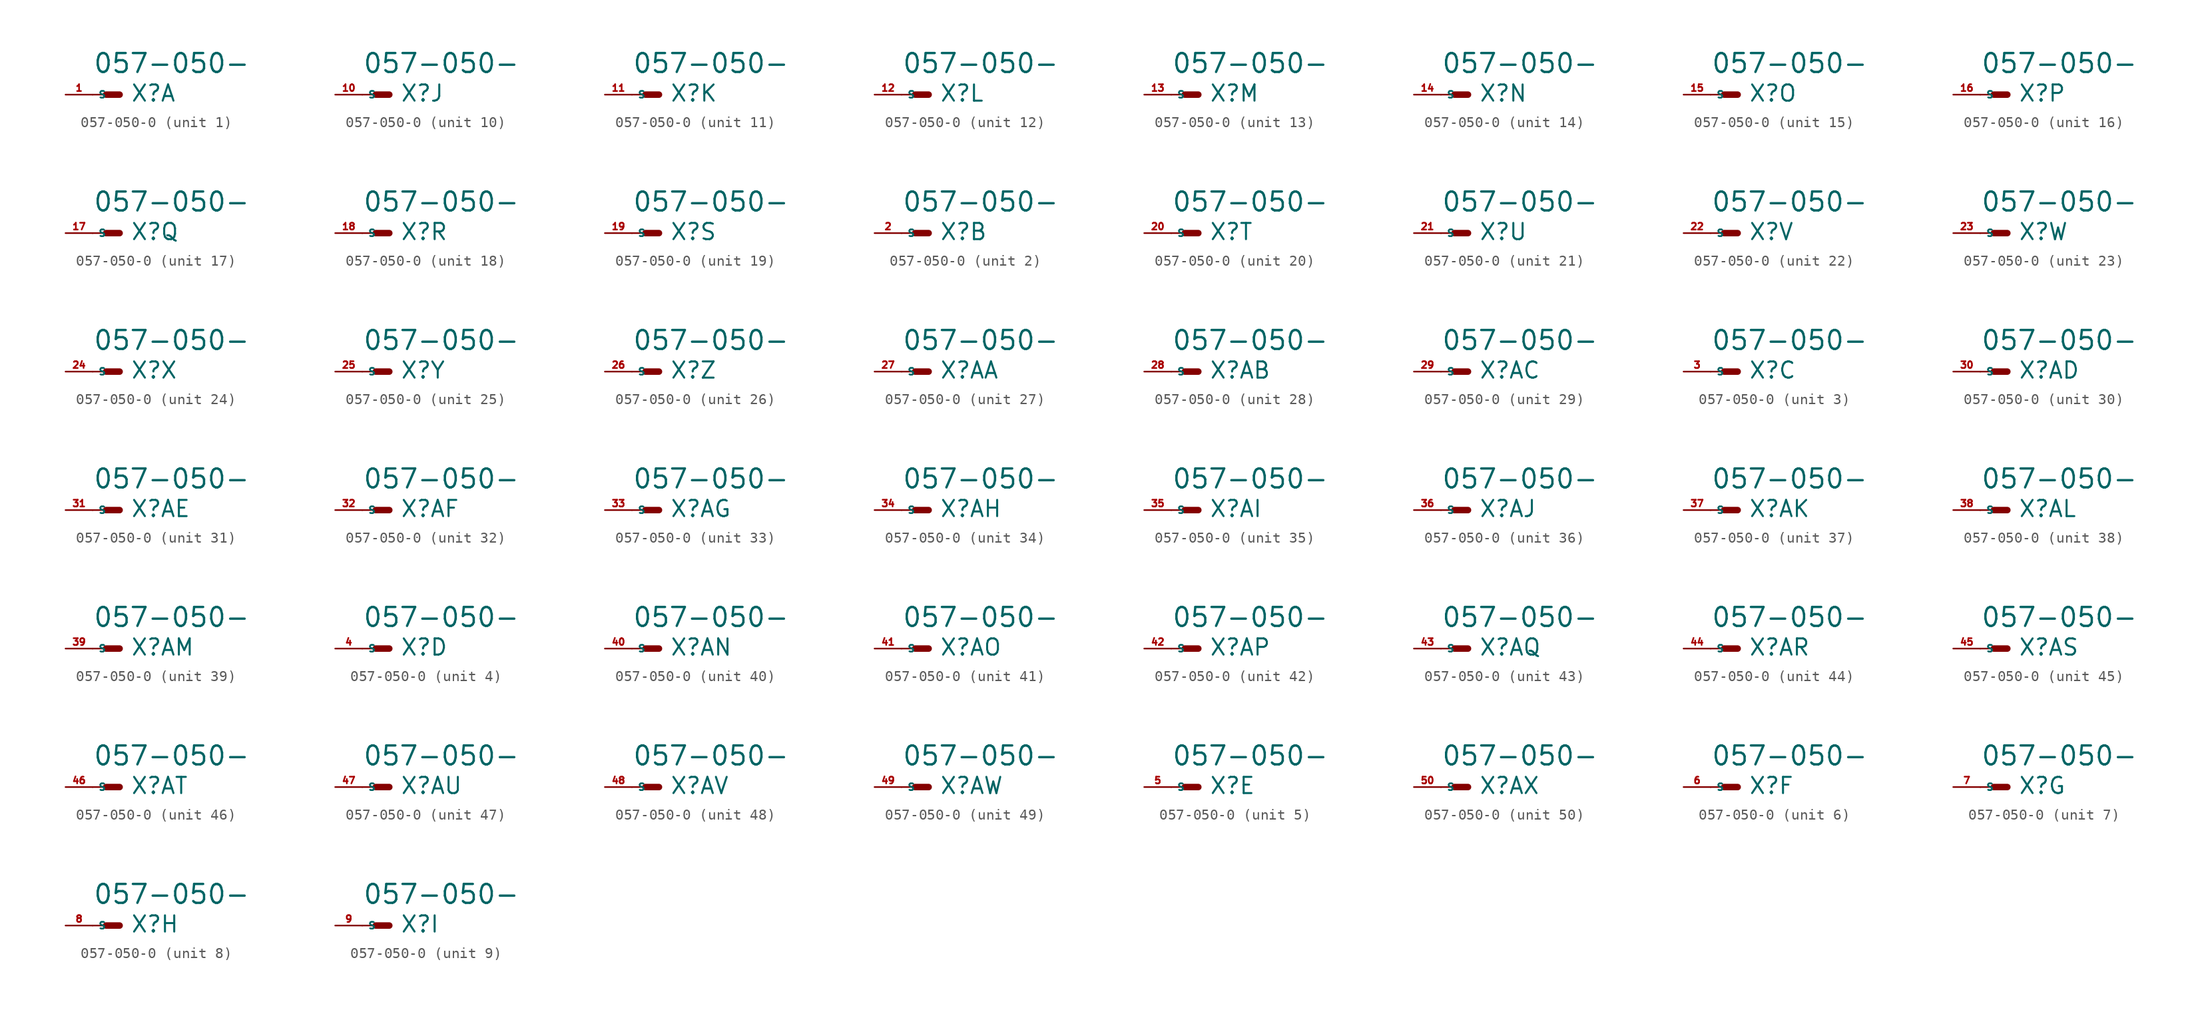
<source format=kicad_sym>
(kicad_symbol_lib
  (version 20220914)
  (generator Eagle2Kicad)
  (symbol "057-050-0"
    (property "Reference" "X"
      (at 1.016 -0.762 0)
      (effects (font (size 1.524 1.524) (thickness 0.19)) (justify left bottom)))
    (property "Value" "057-050-"
      (at -2.54 1.905 0)
      (effects (font (size 1.778 1.778) (thickness 0.22)) (justify left bottom)))
    (symbol "057-050-0_1_0"
      (polyline (pts (xy 0 0) (xy -1.27 0)) (stroke (width 0.61) (type default)) (fill (type none)))
      (polyline (pts (xy -2.54 0) (xy -1.27 0)) (stroke (width 0.152) (type default)) (fill (type none)))
      (pin passive line (at -5.08 0 0) (length 2.54) (name "S" (effects (font (size 0.635 0.635) (thickness 0.08)) (justify left bottom))) (number "1" (effects (font (size 0.635 0.635) (thickness 0.08)) (justify left bottom)))))
    (symbol "057-050-0_2_0"
      (polyline (pts (xy 0 0) (xy -1.27 0)) (stroke (width 0.61) (type default)) (fill (type none)))
      (polyline (pts (xy -2.54 0) (xy -1.27 0)) (stroke (width 0.152) (type default)) (fill (type none)))
      (pin passive line (at -5.08 0 0) (length 2.54) (name "S" (effects (font (size 0.635 0.635) (thickness 0.08)) (justify left bottom))) (number "2" (effects (font (size 0.635 0.635) (thickness 0.08)) (justify left bottom)))))
    (symbol "057-050-0_3_0"
      (polyline (pts (xy 0 0) (xy -1.27 0)) (stroke (width 0.61) (type default)) (fill (type none)))
      (polyline (pts (xy -2.54 0) (xy -1.27 0)) (stroke (width 0.152) (type default)) (fill (type none)))
      (pin passive line (at -5.08 0 0) (length 2.54) (name "S" (effects (font (size 0.635 0.635) (thickness 0.08)) (justify left bottom))) (number "3" (effects (font (size 0.635 0.635) (thickness 0.08)) (justify left bottom)))))
    (symbol "057-050-0_4_0"
      (polyline (pts (xy 0 0) (xy -1.27 0)) (stroke (width 0.61) (type default)) (fill (type none)))
      (polyline (pts (xy -2.54 0) (xy -1.27 0)) (stroke (width 0.152) (type default)) (fill (type none)))
      (pin passive line (at -5.08 0 0) (length 2.54) (name "S" (effects (font (size 0.635 0.635) (thickness 0.08)) (justify left bottom))) (number "4" (effects (font (size 0.635 0.635) (thickness 0.08)) (justify left bottom)))))
    (symbol "057-050-0_5_0"
      (polyline (pts (xy 0 0) (xy -1.27 0)) (stroke (width 0.61) (type default)) (fill (type none)))
      (polyline (pts (xy -2.54 0) (xy -1.27 0)) (stroke (width 0.152) (type default)) (fill (type none)))
      (pin passive line (at -5.08 0 0) (length 2.54) (name "S" (effects (font (size 0.635 0.635) (thickness 0.08)) (justify left bottom))) (number "5" (effects (font (size 0.635 0.635) (thickness 0.08)) (justify left bottom)))))
    (symbol "057-050-0_6_0"
      (polyline (pts (xy 0 0) (xy -1.27 0)) (stroke (width 0.61) (type default)) (fill (type none)))
      (polyline (pts (xy -2.54 0) (xy -1.27 0)) (stroke (width 0.152) (type default)) (fill (type none)))
      (pin passive line (at -5.08 0 0) (length 2.54) (name "S" (effects (font (size 0.635 0.635) (thickness 0.08)) (justify left bottom))) (number "6" (effects (font (size 0.635 0.635) (thickness 0.08)) (justify left bottom)))))
    (symbol "057-050-0_7_0"
      (polyline (pts (xy 0 0) (xy -1.27 0)) (stroke (width 0.61) (type default)) (fill (type none)))
      (polyline (pts (xy -2.54 0) (xy -1.27 0)) (stroke (width 0.152) (type default)) (fill (type none)))
      (pin passive line (at -5.08 0 0) (length 2.54) (name "S" (effects (font (size 0.635 0.635) (thickness 0.08)) (justify left bottom))) (number "7" (effects (font (size 0.635 0.635) (thickness 0.08)) (justify left bottom)))))
    (symbol "057-050-0_8_0"
      (polyline (pts (xy 0 0) (xy -1.27 0)) (stroke (width 0.61) (type default)) (fill (type none)))
      (polyline (pts (xy -2.54 0) (xy -1.27 0)) (stroke (width 0.152) (type default)) (fill (type none)))
      (pin passive line (at -5.08 0 0) (length 2.54) (name "S" (effects (font (size 0.635 0.635) (thickness 0.08)) (justify left bottom))) (number "8" (effects (font (size 0.635 0.635) (thickness 0.08)) (justify left bottom)))))
    (symbol "057-050-0_9_0"
      (polyline (pts (xy 0 0) (xy -1.27 0)) (stroke (width 0.61) (type default)) (fill (type none)))
      (polyline (pts (xy -2.54 0) (xy -1.27 0)) (stroke (width 0.152) (type default)) (fill (type none)))
      (pin passive line (at -5.08 0 0) (length 2.54) (name "S" (effects (font (size 0.635 0.635) (thickness 0.08)) (justify left bottom))) (number "9" (effects (font (size 0.635 0.635) (thickness 0.08)) (justify left bottom)))))
    (symbol "057-050-0_10_0"
      (polyline (pts (xy 0 0) (xy -1.27 0)) (stroke (width 0.61) (type default)) (fill (type none)))
      (polyline (pts (xy -2.54 0) (xy -1.27 0)) (stroke (width 0.152) (type default)) (fill (type none)))
      (pin passive line (at -5.08 0 0) (length 2.54) (name "S" (effects (font (size 0.635 0.635) (thickness 0.08)) (justify left bottom))) (number "10" (effects (font (size 0.635 0.635) (thickness 0.08)) (justify left bottom)))))
    (symbol "057-050-0_11_0"
      (polyline (pts (xy 0 0) (xy -1.27 0)) (stroke (width 0.61) (type default)) (fill (type none)))
      (polyline (pts (xy -2.54 0) (xy -1.27 0)) (stroke (width 0.152) (type default)) (fill (type none)))
      (pin passive line (at -5.08 0 0) (length 2.54) (name "S" (effects (font (size 0.635 0.635) (thickness 0.08)) (justify left bottom))) (number "11" (effects (font (size 0.635 0.635) (thickness 0.08)) (justify left bottom)))))
    (symbol "057-050-0_12_0"
      (polyline (pts (xy 0 0) (xy -1.27 0)) (stroke (width 0.61) (type default)) (fill (type none)))
      (polyline (pts (xy -2.54 0) (xy -1.27 0)) (stroke (width 0.152) (type default)) (fill (type none)))
      (pin passive line (at -5.08 0 0) (length 2.54) (name "S" (effects (font (size 0.635 0.635) (thickness 0.08)) (justify left bottom))) (number "12" (effects (font (size 0.635 0.635) (thickness 0.08)) (justify left bottom)))))
    (symbol "057-050-0_13_0"
      (polyline (pts (xy 0 0) (xy -1.27 0)) (stroke (width 0.61) (type default)) (fill (type none)))
      (polyline (pts (xy -2.54 0) (xy -1.27 0)) (stroke (width 0.152) (type default)) (fill (type none)))
      (pin passive line (at -5.08 0 0) (length 2.54) (name "S" (effects (font (size 0.635 0.635) (thickness 0.08)) (justify left bottom))) (number "13" (effects (font (size 0.635 0.635) (thickness 0.08)) (justify left bottom)))))
    (symbol "057-050-0_14_0"
      (polyline (pts (xy 0 0) (xy -1.27 0)) (stroke (width 0.61) (type default)) (fill (type none)))
      (polyline (pts (xy -2.54 0) (xy -1.27 0)) (stroke (width 0.152) (type default)) (fill (type none)))
      (pin passive line (at -5.08 0 0) (length 2.54) (name "S" (effects (font (size 0.635 0.635) (thickness 0.08)) (justify left bottom))) (number "14" (effects (font (size 0.635 0.635) (thickness 0.08)) (justify left bottom)))))
    (symbol "057-050-0_15_0"
      (polyline (pts (xy 0 0) (xy -1.27 0)) (stroke (width 0.61) (type default)) (fill (type none)))
      (polyline (pts (xy -2.54 0) (xy -1.27 0)) (stroke (width 0.152) (type default)) (fill (type none)))
      (pin passive line (at -5.08 0 0) (length 2.54) (name "S" (effects (font (size 0.635 0.635) (thickness 0.08)) (justify left bottom))) (number "15" (effects (font (size 0.635 0.635) (thickness 0.08)) (justify left bottom)))))
    (symbol "057-050-0_16_0"
      (polyline (pts (xy 0 0) (xy -1.27 0)) (stroke (width 0.61) (type default)) (fill (type none)))
      (polyline (pts (xy -2.54 0) (xy -1.27 0)) (stroke (width 0.152) (type default)) (fill (type none)))
      (pin passive line (at -5.08 0 0) (length 2.54) (name "S" (effects (font (size 0.635 0.635) (thickness 0.08)) (justify left bottom))) (number "16" (effects (font (size 0.635 0.635) (thickness 0.08)) (justify left bottom)))))
    (symbol "057-050-0_17_0"
      (polyline (pts (xy 0 0) (xy -1.27 0)) (stroke (width 0.61) (type default)) (fill (type none)))
      (polyline (pts (xy -2.54 0) (xy -1.27 0)) (stroke (width 0.152) (type default)) (fill (type none)))
      (pin passive line (at -5.08 0 0) (length 2.54) (name "S" (effects (font (size 0.635 0.635) (thickness 0.08)) (justify left bottom))) (number "17" (effects (font (size 0.635 0.635) (thickness 0.08)) (justify left bottom)))))
    (symbol "057-050-0_18_0"
      (polyline (pts (xy 0 0) (xy -1.27 0)) (stroke (width 0.61) (type default)) (fill (type none)))
      (polyline (pts (xy -2.54 0) (xy -1.27 0)) (stroke (width 0.152) (type default)) (fill (type none)))
      (pin passive line (at -5.08 0 0) (length 2.54) (name "S" (effects (font (size 0.635 0.635) (thickness 0.08)) (justify left bottom))) (number "18" (effects (font (size 0.635 0.635) (thickness 0.08)) (justify left bottom)))))
    (symbol "057-050-0_19_0"
      (polyline (pts (xy 0 0) (xy -1.27 0)) (stroke (width 0.61) (type default)) (fill (type none)))
      (polyline (pts (xy -2.54 0) (xy -1.27 0)) (stroke (width 0.152) (type default)) (fill (type none)))
      (pin passive line (at -5.08 0 0) (length 2.54) (name "S" (effects (font (size 0.635 0.635) (thickness 0.08)) (justify left bottom))) (number "19" (effects (font (size 0.635 0.635) (thickness 0.08)) (justify left bottom)))))
    (symbol "057-050-0_20_0"
      (polyline (pts (xy 0 0) (xy -1.27 0)) (stroke (width 0.61) (type default)) (fill (type none)))
      (polyline (pts (xy -2.54 0) (xy -1.27 0)) (stroke (width 0.152) (type default)) (fill (type none)))
      (pin passive line (at -5.08 0 0) (length 2.54) (name "S" (effects (font (size 0.635 0.635) (thickness 0.08)) (justify left bottom))) (number "20" (effects (font (size 0.635 0.635) (thickness 0.08)) (justify left bottom)))))
    (symbol "057-050-0_21_0"
      (polyline (pts (xy 0 0) (xy -1.27 0)) (stroke (width 0.61) (type default)) (fill (type none)))
      (polyline (pts (xy -2.54 0) (xy -1.27 0)) (stroke (width 0.152) (type default)) (fill (type none)))
      (pin passive line (at -5.08 0 0) (length 2.54) (name "S" (effects (font (size 0.635 0.635) (thickness 0.08)) (justify left bottom))) (number "21" (effects (font (size 0.635 0.635) (thickness 0.08)) (justify left bottom)))))
    (symbol "057-050-0_22_0"
      (polyline (pts (xy 0 0) (xy -1.27 0)) (stroke (width 0.61) (type default)) (fill (type none)))
      (polyline (pts (xy -2.54 0) (xy -1.27 0)) (stroke (width 0.152) (type default)) (fill (type none)))
      (pin passive line (at -5.08 0 0) (length 2.54) (name "S" (effects (font (size 0.635 0.635) (thickness 0.08)) (justify left bottom))) (number "22" (effects (font (size 0.635 0.635) (thickness 0.08)) (justify left bottom)))))
    (symbol "057-050-0_23_0"
      (polyline (pts (xy 0 0) (xy -1.27 0)) (stroke (width 0.61) (type default)) (fill (type none)))
      (polyline (pts (xy -2.54 0) (xy -1.27 0)) (stroke (width 0.152) (type default)) (fill (type none)))
      (pin passive line (at -5.08 0 0) (length 2.54) (name "S" (effects (font (size 0.635 0.635) (thickness 0.08)) (justify left bottom))) (number "23" (effects (font (size 0.635 0.635) (thickness 0.08)) (justify left bottom)))))
    (symbol "057-050-0_24_0"
      (polyline (pts (xy 0 0) (xy -1.27 0)) (stroke (width 0.61) (type default)) (fill (type none)))
      (polyline (pts (xy -2.54 0) (xy -1.27 0)) (stroke (width 0.152) (type default)) (fill (type none)))
      (pin passive line (at -5.08 0 0) (length 2.54) (name "S" (effects (font (size 0.635 0.635) (thickness 0.08)) (justify left bottom))) (number "24" (effects (font (size 0.635 0.635) (thickness 0.08)) (justify left bottom)))))
    (symbol "057-050-0_25_0"
      (polyline (pts (xy 0 0) (xy -1.27 0)) (stroke (width 0.61) (type default)) (fill (type none)))
      (polyline (pts (xy -2.54 0) (xy -1.27 0)) (stroke (width 0.152) (type default)) (fill (type none)))
      (pin passive line (at -5.08 0 0) (length 2.54) (name "S" (effects (font (size 0.635 0.635) (thickness 0.08)) (justify left bottom))) (number "25" (effects (font (size 0.635 0.635) (thickness 0.08)) (justify left bottom)))))
    (symbol "057-050-0_26_0"
      (polyline (pts (xy 0 0) (xy -1.27 0)) (stroke (width 0.61) (type default)) (fill (type none)))
      (polyline (pts (xy -2.54 0) (xy -1.27 0)) (stroke (width 0.152) (type default)) (fill (type none)))
      (pin passive line (at -5.08 0 0) (length 2.54) (name "S" (effects (font (size 0.635 0.635) (thickness 0.08)) (justify left bottom))) (number "26" (effects (font (size 0.635 0.635) (thickness 0.08)) (justify left bottom)))))
    (symbol "057-050-0_27_0"
      (polyline (pts (xy 0 0) (xy -1.27 0)) (stroke (width 0.61) (type default)) (fill (type none)))
      (polyline (pts (xy -2.54 0) (xy -1.27 0)) (stroke (width 0.152) (type default)) (fill (type none)))
      (pin passive line (at -5.08 0 0) (length 2.54) (name "S" (effects (font (size 0.635 0.635) (thickness 0.08)) (justify left bottom))) (number "27" (effects (font (size 0.635 0.635) (thickness 0.08)) (justify left bottom)))))
    (symbol "057-050-0_28_0"
      (polyline (pts (xy 0 0) (xy -1.27 0)) (stroke (width 0.61) (type default)) (fill (type none)))
      (polyline (pts (xy -2.54 0) (xy -1.27 0)) (stroke (width 0.152) (type default)) (fill (type none)))
      (pin passive line (at -5.08 0 0) (length 2.54) (name "S" (effects (font (size 0.635 0.635) (thickness 0.08)) (justify left bottom))) (number "28" (effects (font (size 0.635 0.635) (thickness 0.08)) (justify left bottom)))))
    (symbol "057-050-0_29_0"
      (polyline (pts (xy 0 0) (xy -1.27 0)) (stroke (width 0.61) (type default)) (fill (type none)))
      (polyline (pts (xy -2.54 0) (xy -1.27 0)) (stroke (width 0.152) (type default)) (fill (type none)))
      (pin passive line (at -5.08 0 0) (length 2.54) (name "S" (effects (font (size 0.635 0.635) (thickness 0.08)) (justify left bottom))) (number "29" (effects (font (size 0.635 0.635) (thickness 0.08)) (justify left bottom)))))
    (symbol "057-050-0_30_0"
      (polyline (pts (xy 0 0) (xy -1.27 0)) (stroke (width 0.61) (type default)) (fill (type none)))
      (polyline (pts (xy -2.54 0) (xy -1.27 0)) (stroke (width 0.152) (type default)) (fill (type none)))
      (pin passive line (at -5.08 0 0) (length 2.54) (name "S" (effects (font (size 0.635 0.635) (thickness 0.08)) (justify left bottom))) (number "30" (effects (font (size 0.635 0.635) (thickness 0.08)) (justify left bottom)))))
    (symbol "057-050-0_31_0"
      (polyline (pts (xy 0 0) (xy -1.27 0)) (stroke (width 0.61) (type default)) (fill (type none)))
      (polyline (pts (xy -2.54 0) (xy -1.27 0)) (stroke (width 0.152) (type default)) (fill (type none)))
      (pin passive line (at -5.08 0 0) (length 2.54) (name "S" (effects (font (size 0.635 0.635) (thickness 0.08)) (justify left bottom))) (number "31" (effects (font (size 0.635 0.635) (thickness 0.08)) (justify left bottom)))))
    (symbol "057-050-0_32_0"
      (polyline (pts (xy 0 0) (xy -1.27 0)) (stroke (width 0.61) (type default)) (fill (type none)))
      (polyline (pts (xy -2.54 0) (xy -1.27 0)) (stroke (width 0.152) (type default)) (fill (type none)))
      (pin passive line (at -5.08 0 0) (length 2.54) (name "S" (effects (font (size 0.635 0.635) (thickness 0.08)) (justify left bottom))) (number "32" (effects (font (size 0.635 0.635) (thickness 0.08)) (justify left bottom)))))
    (symbol "057-050-0_33_0"
      (polyline (pts (xy 0 0) (xy -1.27 0)) (stroke (width 0.61) (type default)) (fill (type none)))
      (polyline (pts (xy -2.54 0) (xy -1.27 0)) (stroke (width 0.152) (type default)) (fill (type none)))
      (pin passive line (at -5.08 0 0) (length 2.54) (name "S" (effects (font (size 0.635 0.635) (thickness 0.08)) (justify left bottom))) (number "33" (effects (font (size 0.635 0.635) (thickness 0.08)) (justify left bottom)))))
    (symbol "057-050-0_34_0"
      (polyline (pts (xy 0 0) (xy -1.27 0)) (stroke (width 0.61) (type default)) (fill (type none)))
      (polyline (pts (xy -2.54 0) (xy -1.27 0)) (stroke (width 0.152) (type default)) (fill (type none)))
      (pin passive line (at -5.08 0 0) (length 2.54) (name "S" (effects (font (size 0.635 0.635) (thickness 0.08)) (justify left bottom))) (number "34" (effects (font (size 0.635 0.635) (thickness 0.08)) (justify left bottom)))))
    (symbol "057-050-0_35_0"
      (polyline (pts (xy 0 0) (xy -1.27 0)) (stroke (width 0.61) (type default)) (fill (type none)))
      (polyline (pts (xy -2.54 0) (xy -1.27 0)) (stroke (width 0.152) (type default)) (fill (type none)))
      (pin passive line (at -5.08 0 0) (length 2.54) (name "S" (effects (font (size 0.635 0.635) (thickness 0.08)) (justify left bottom))) (number "35" (effects (font (size 0.635 0.635) (thickness 0.08)) (justify left bottom)))))
    (symbol "057-050-0_36_0"
      (polyline (pts (xy 0 0) (xy -1.27 0)) (stroke (width 0.61) (type default)) (fill (type none)))
      (polyline (pts (xy -2.54 0) (xy -1.27 0)) (stroke (width 0.152) (type default)) (fill (type none)))
      (pin passive line (at -5.08 0 0) (length 2.54) (name "S" (effects (font (size 0.635 0.635) (thickness 0.08)) (justify left bottom))) (number "36" (effects (font (size 0.635 0.635) (thickness 0.08)) (justify left bottom)))))
    (symbol "057-050-0_37_0"
      (polyline (pts (xy 0 0) (xy -1.27 0)) (stroke (width 0.61) (type default)) (fill (type none)))
      (polyline (pts (xy -2.54 0) (xy -1.27 0)) (stroke (width 0.152) (type default)) (fill (type none)))
      (pin passive line (at -5.08 0 0) (length 2.54) (name "S" (effects (font (size 0.635 0.635) (thickness 0.08)) (justify left bottom))) (number "37" (effects (font (size 0.635 0.635) (thickness 0.08)) (justify left bottom)))))
    (symbol "057-050-0_38_0"
      (polyline (pts (xy 0 0) (xy -1.27 0)) (stroke (width 0.61) (type default)) (fill (type none)))
      (polyline (pts (xy -2.54 0) (xy -1.27 0)) (stroke (width 0.152) (type default)) (fill (type none)))
      (pin passive line (at -5.08 0 0) (length 2.54) (name "S" (effects (font (size 0.635 0.635) (thickness 0.08)) (justify left bottom))) (number "38" (effects (font (size 0.635 0.635) (thickness 0.08)) (justify left bottom)))))
    (symbol "057-050-0_39_0"
      (polyline (pts (xy 0 0) (xy -1.27 0)) (stroke (width 0.61) (type default)) (fill (type none)))
      (polyline (pts (xy -2.54 0) (xy -1.27 0)) (stroke (width 0.152) (type default)) (fill (type none)))
      (pin passive line (at -5.08 0 0) (length 2.54) (name "S" (effects (font (size 0.635 0.635) (thickness 0.08)) (justify left bottom))) (number "39" (effects (font (size 0.635 0.635) (thickness 0.08)) (justify left bottom)))))
    (symbol "057-050-0_40_0"
      (polyline (pts (xy 0 0) (xy -1.27 0)) (stroke (width 0.61) (type default)) (fill (type none)))
      (polyline (pts (xy -2.54 0) (xy -1.27 0)) (stroke (width 0.152) (type default)) (fill (type none)))
      (pin passive line (at -5.08 0 0) (length 2.54) (name "S" (effects (font (size 0.635 0.635) (thickness 0.08)) (justify left bottom))) (number "40" (effects (font (size 0.635 0.635) (thickness 0.08)) (justify left bottom)))))
    (symbol "057-050-0_41_0"
      (polyline (pts (xy 0 0) (xy -1.27 0)) (stroke (width 0.61) (type default)) (fill (type none)))
      (polyline (pts (xy -2.54 0) (xy -1.27 0)) (stroke (width 0.152) (type default)) (fill (type none)))
      (pin passive line (at -5.08 0 0) (length 2.54) (name "S" (effects (font (size 0.635 0.635) (thickness 0.08)) (justify left bottom))) (number "41" (effects (font (size 0.635 0.635) (thickness 0.08)) (justify left bottom)))))
    (symbol "057-050-0_42_0"
      (polyline (pts (xy 0 0) (xy -1.27 0)) (stroke (width 0.61) (type default)) (fill (type none)))
      (polyline (pts (xy -2.54 0) (xy -1.27 0)) (stroke (width 0.152) (type default)) (fill (type none)))
      (pin passive line (at -5.08 0 0) (length 2.54) (name "S" (effects (font (size 0.635 0.635) (thickness 0.08)) (justify left bottom))) (number "42" (effects (font (size 0.635 0.635) (thickness 0.08)) (justify left bottom)))))
    (symbol "057-050-0_43_0"
      (polyline (pts (xy 0 0) (xy -1.27 0)) (stroke (width 0.61) (type default)) (fill (type none)))
      (polyline (pts (xy -2.54 0) (xy -1.27 0)) (stroke (width 0.152) (type default)) (fill (type none)))
      (pin passive line (at -5.08 0 0) (length 2.54) (name "S" (effects (font (size 0.635 0.635) (thickness 0.08)) (justify left bottom))) (number "43" (effects (font (size 0.635 0.635) (thickness 0.08)) (justify left bottom)))))
    (symbol "057-050-0_44_0"
      (polyline (pts (xy 0 0) (xy -1.27 0)) (stroke (width 0.61) (type default)) (fill (type none)))
      (polyline (pts (xy -2.54 0) (xy -1.27 0)) (stroke (width 0.152) (type default)) (fill (type none)))
      (pin passive line (at -5.08 0 0) (length 2.54) (name "S" (effects (font (size 0.635 0.635) (thickness 0.08)) (justify left bottom))) (number "44" (effects (font (size 0.635 0.635) (thickness 0.08)) (justify left bottom)))))
    (symbol "057-050-0_45_0"
      (polyline (pts (xy 0 0) (xy -1.27 0)) (stroke (width 0.61) (type default)) (fill (type none)))
      (polyline (pts (xy -2.54 0) (xy -1.27 0)) (stroke (width 0.152) (type default)) (fill (type none)))
      (pin passive line (at -5.08 0 0) (length 2.54) (name "S" (effects (font (size 0.635 0.635) (thickness 0.08)) (justify left bottom))) (number "45" (effects (font (size 0.635 0.635) (thickness 0.08)) (justify left bottom)))))
    (symbol "057-050-0_46_0"
      (polyline (pts (xy 0 0) (xy -1.27 0)) (stroke (width 0.61) (type default)) (fill (type none)))
      (polyline (pts (xy -2.54 0) (xy -1.27 0)) (stroke (width 0.152) (type default)) (fill (type none)))
      (pin passive line (at -5.08 0 0) (length 2.54) (name "S" (effects (font (size 0.635 0.635) (thickness 0.08)) (justify left bottom))) (number "46" (effects (font (size 0.635 0.635) (thickness 0.08)) (justify left bottom)))))
    (symbol "057-050-0_47_0"
      (polyline (pts (xy 0 0) (xy -1.27 0)) (stroke (width 0.61) (type default)) (fill (type none)))
      (polyline (pts (xy -2.54 0) (xy -1.27 0)) (stroke (width 0.152) (type default)) (fill (type none)))
      (pin passive line (at -5.08 0 0) (length 2.54) (name "S" (effects (font (size 0.635 0.635) (thickness 0.08)) (justify left bottom))) (number "47" (effects (font (size 0.635 0.635) (thickness 0.08)) (justify left bottom)))))
    (symbol "057-050-0_48_0"
      (polyline (pts (xy 0 0) (xy -1.27 0)) (stroke (width 0.61) (type default)) (fill (type none)))
      (polyline (pts (xy -2.54 0) (xy -1.27 0)) (stroke (width 0.152) (type default)) (fill (type none)))
      (pin passive line (at -5.08 0 0) (length 2.54) (name "S" (effects (font (size 0.635 0.635) (thickness 0.08)) (justify left bottom))) (number "48" (effects (font (size 0.635 0.635) (thickness 0.08)) (justify left bottom)))))
    (symbol "057-050-0_49_0"
      (polyline (pts (xy 0 0) (xy -1.27 0)) (stroke (width 0.61) (type default)) (fill (type none)))
      (polyline (pts (xy -2.54 0) (xy -1.27 0)) (stroke (width 0.152) (type default)) (fill (type none)))
      (pin passive line (at -5.08 0 0) (length 2.54) (name "S" (effects (font (size 0.635 0.635) (thickness 0.08)) (justify left bottom))) (number "49" (effects (font (size 0.635 0.635) (thickness 0.08)) (justify left bottom)))))
    (symbol "057-050-0_50_0"
      (polyline (pts (xy 0 0) (xy -1.27 0)) (stroke (width 0.61) (type default)) (fill (type none)))
      (polyline (pts (xy -2.54 0) (xy -1.27 0)) (stroke (width 0.152) (type default)) (fill (type none)))
      (pin passive line (at -5.08 0 0) (length 2.54) (name "S" (effects (font (size 0.635 0.635) (thickness 0.08)) (justify left bottom))) (number "50" (effects (font (size 0.635 0.635) (thickness 0.08)) (justify left bottom)))))))
</source>
